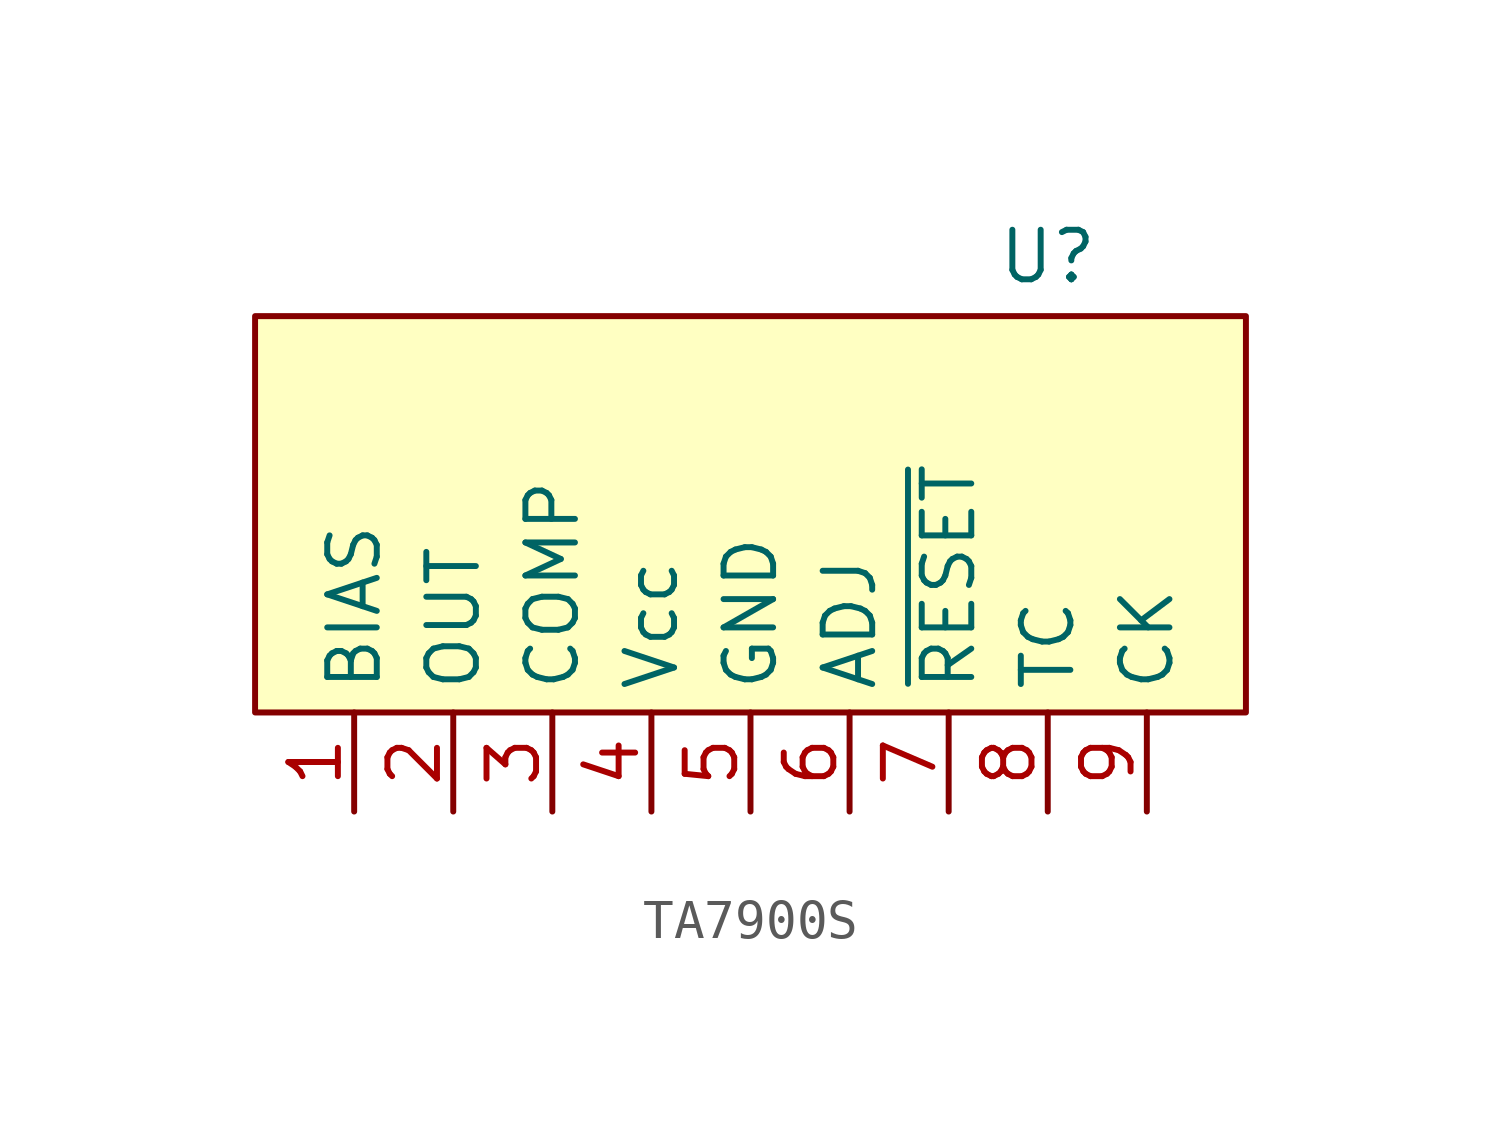
<source format=kicad_sym>
(kicad_symbol_lib
  (version 20241209)
  (generator "kicad_symbol_editor")
  (generator_version "9.0")
  (symbol "TA7900S"
    (property "Reference" "U"
      (at 7.62 6.604 0)
      (effects (font (size 1.27 1.27))))
    (property "Value" ""
      (at 0 0 0)
      (effects (font (size 1.27 1.27))))
    (symbol "TA7900S_0_0"
      (pin unspecified line (at -10.16 -7.62 90) (length 2.54) (name "BIAS" (effects (font (size 1.27 1.27)))) (number "1" (effects (font (size 1.27 1.27)))))
      (pin unspecified line (at -7.62 -7.62 90) (length 2.54) (name "OUT" (effects (font (size 1.27 1.27)))) (number "2" (effects (font (size 1.27 1.27)))))
      (pin unspecified line (at -5.08 -7.62 90) (length 2.54) (name "COMP" (effects (font (size 1.27 1.27)))) (number "3" (effects (font (size 1.27 1.27)))))
      (pin unspecified line (at -2.54 -7.62 90) (length 2.54) (name "Vcc" (effects (font (size 1.27 1.27)))) (number "4" (effects (font (size 1.27 1.27)))))
      (pin unspecified line (at 0 -7.62 90) (length 2.54) (name "GND" (effects (font (size 1.27 1.27)))) (number "5" (effects (font (size 1.27 1.27)))))
      (pin unspecified line (at 2.54 -7.62 90) (length 2.54) (name "ADJ" (effects (font (size 1.27 1.27)))) (number "6" (effects (font (size 1.27 1.27)))))
      (pin unspecified line (at 5.08 -7.62 90) (length 2.54) (name "~{RESET}" (effects (font (size 1.27 1.27)))) (number "7" (effects (font (size 1.27 1.27)))))
      (pin unspecified line (at 7.62 -7.62 90) (length 2.54) (name "TC" (effects (font (size 1.27 1.27)))) (number "8" (effects (font (size 1.27 1.27)))))
      (pin unspecified line (at 10.16 -7.62 90) (length 2.54) (name "CK" (effects (font (size 1.27 1.27)))) (number "9" (effects (font (size 1.27 1.27))))))
    (symbol "TA7900S_1_1"
      (rectangle (start -12.7 5.08) (end 12.7 -5.08) (stroke (width 0) (type solid)) (fill (type background))))))
</source>
